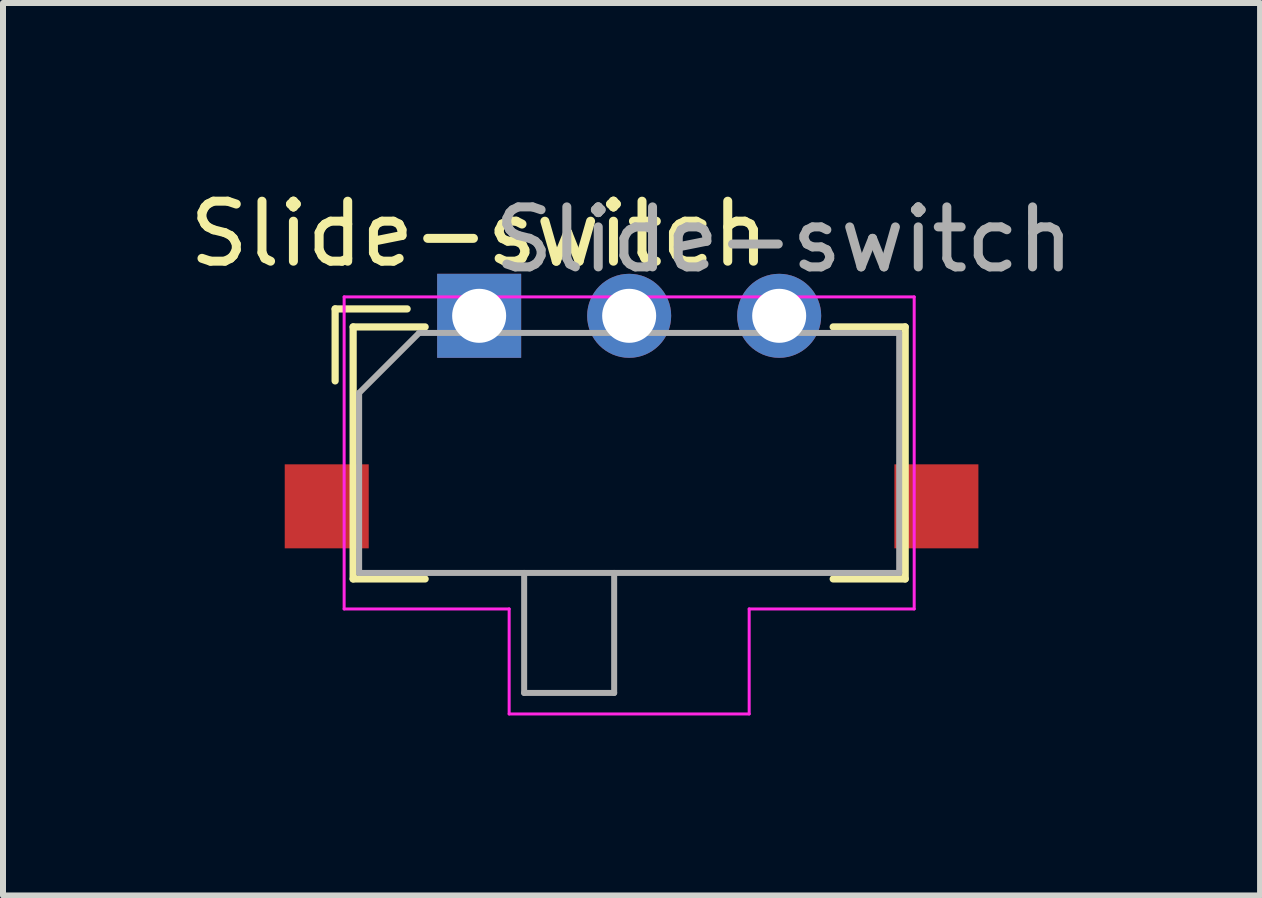
<source format=kicad_pcb>
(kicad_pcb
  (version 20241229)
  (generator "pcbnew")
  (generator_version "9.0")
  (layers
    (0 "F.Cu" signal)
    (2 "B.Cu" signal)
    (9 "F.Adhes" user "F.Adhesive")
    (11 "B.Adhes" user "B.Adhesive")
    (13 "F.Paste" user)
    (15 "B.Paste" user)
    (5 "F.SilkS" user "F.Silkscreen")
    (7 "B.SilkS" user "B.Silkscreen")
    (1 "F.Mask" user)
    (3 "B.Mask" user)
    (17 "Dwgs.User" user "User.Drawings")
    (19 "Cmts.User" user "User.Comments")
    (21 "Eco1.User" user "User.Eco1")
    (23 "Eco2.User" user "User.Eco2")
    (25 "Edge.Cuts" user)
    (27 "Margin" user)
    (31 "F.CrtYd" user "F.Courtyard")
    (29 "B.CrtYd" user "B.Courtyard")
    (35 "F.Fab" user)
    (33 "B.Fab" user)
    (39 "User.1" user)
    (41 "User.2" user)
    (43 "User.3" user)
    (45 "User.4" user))
  (footprint "Slide-switch"
    (layer "F.Cu")
    (at 4.935 2.848)
    (property "Reference" "Slide-switch" (at 0 -2 0) (layer "F.SilkS") (effects (font (size 1 1) (thickness 0.15))))
    (attr through_hole)
    (fp_line (start -2.4 -0.75) (end -2.4 0.45) (stroke (width 0.12) (type solid)) (layer "F.SilkS"))
    (fp_line (start -2.1 -0.45) (end -2.1 3.75) (stroke (width 0.12) (type solid)) (layer "F.SilkS"))
    (fp_line (start -2.1 3.75) (end -0.9 3.75) (stroke (width 0.12) (type solid)) (layer "F.SilkS"))
    (fp_line (start -1.2 -0.75) (end -2.4 -0.75) (stroke (width 0.12) (type solid)) (layer "F.SilkS"))
    (fp_line (start -0.9 -0.45) (end -2.1 -0.45) (stroke (width 0.12) (type solid)) (layer "F.SilkS"))
    (fp_line (start 5.9 -0.45) (end 7.1 -0.45) (stroke (width 0.12) (type solid)) (layer "F.SilkS"))
    (fp_line (start 7.1 -0.45) (end 7.1 3.75) (stroke (width 0.12) (type solid)) (layer "F.SilkS"))
    (fp_line (start 7.1 3.75) (end 5.9 3.75) (stroke (width 0.12) (type solid)) (layer "F.SilkS"))
    (fp_line (start -2.25 -0.95) (end 7.25 -0.95) (stroke (width 0.05) (type solid)) (layer "F.CrtYd"))
    (fp_line (start -2.25 4.25) (end -2.25 -0.95) (stroke (width 0.05) (type solid)) (layer "F.CrtYd"))
    (fp_line (start 0.5 4.25) (end -2.25 4.25) (stroke (width 0.05) (type solid)) (layer "F.CrtYd"))
    (fp_line (start 0.5 4.25) (end 0.5 6) (stroke (width 0.05) (type solid)) (layer "F.CrtYd"))
    (fp_line (start 4.5 6) (end 0.5 6) (stroke (width 0.05) (type solid)) (layer "F.CrtYd"))
    (fp_line (start 4.5 6) (end 4.5 4.25) (stroke (width 0.05) (type solid)) (layer "F.CrtYd"))
    (fp_line (start 7.25 -0.95) (end 7.25 4.25) (stroke (width 0.05) (type solid)) (layer "F.CrtYd"))
    (fp_line (start 7.25 4.25) (end 4.5 4.25) (stroke (width 0.05) (type solid)) (layer "F.CrtYd"))
    (fp_line (start -2 3.65) (end -2 0.65) (stroke (width 0.1) (type solid)) (layer "F.Fab"))
    (fp_line (start -1 -0.35) (end -2 0.65) (stroke (width 0.1) (type solid)) (layer "F.Fab"))
    (fp_line (start -1 -0.35) (end 7 -0.35) (stroke (width 0.1) (type solid)) (layer "F.Fab"))
    (fp_line (start 0.75 3.65) (end 0.75 5.65) (stroke (width 0.1) (type solid)) (layer "F.Fab"))
    (fp_line (start 0.75 5.65) (end 2.25 5.65) (stroke (width 0.1) (type solid)) (layer "F.Fab"))
    (fp_line (start 2.25 5.65) (end 2.25 3.65) (stroke (width 0.1) (type solid)) (layer "F.Fab"))
    (fp_line (start 7 -0.35) (end 7 3.65) (stroke (width 0.1) (type solid)) (layer "F.Fab"))
    (fp_line (start 7 3.65) (end -2 3.65) (stroke (width 0.1) (type solid)) (layer "F.Fab"))
    (fp_text user "${REFERENCE}" (at 5.08 -1.905 0) (layer "F.Fab") (effects (font (size 1 1) (thickness 0.15))))
    (pad "1" thru_hole rect (at 0 -0.635) (size 1.4 1.4) (drill 0.9) (layers "*.Cu" "*.Mask"))
    (pad "2" thru_hole circle (at 2.5 -0.635) (size 1.4 1.4) (drill 0.9) (layers "*.Cu" "*.Mask"))
    (pad "3" thru_hole circle (at 5 -0.635) (size 1.4 1.4) (drill 0.9) (layers "*.Cu" "*.Mask"))
    (pad "4" smd rect (at -2.54 2.54) (size 1.4 1.4) (layers "F.Cu" "F.Mask" "F.Paste"))
    (pad "4" smd rect (at 7.62 2.54) (size 1.4 1.4) (layers "F.Cu" "F.Mask" "F.Paste")))
  (gr_rect
    (start -3 -3)
    (end 17.949 11.873)
    (stroke (width 0.1) (type default))
    (fill no)
    (layer "Edge.Cuts")))
</source>
